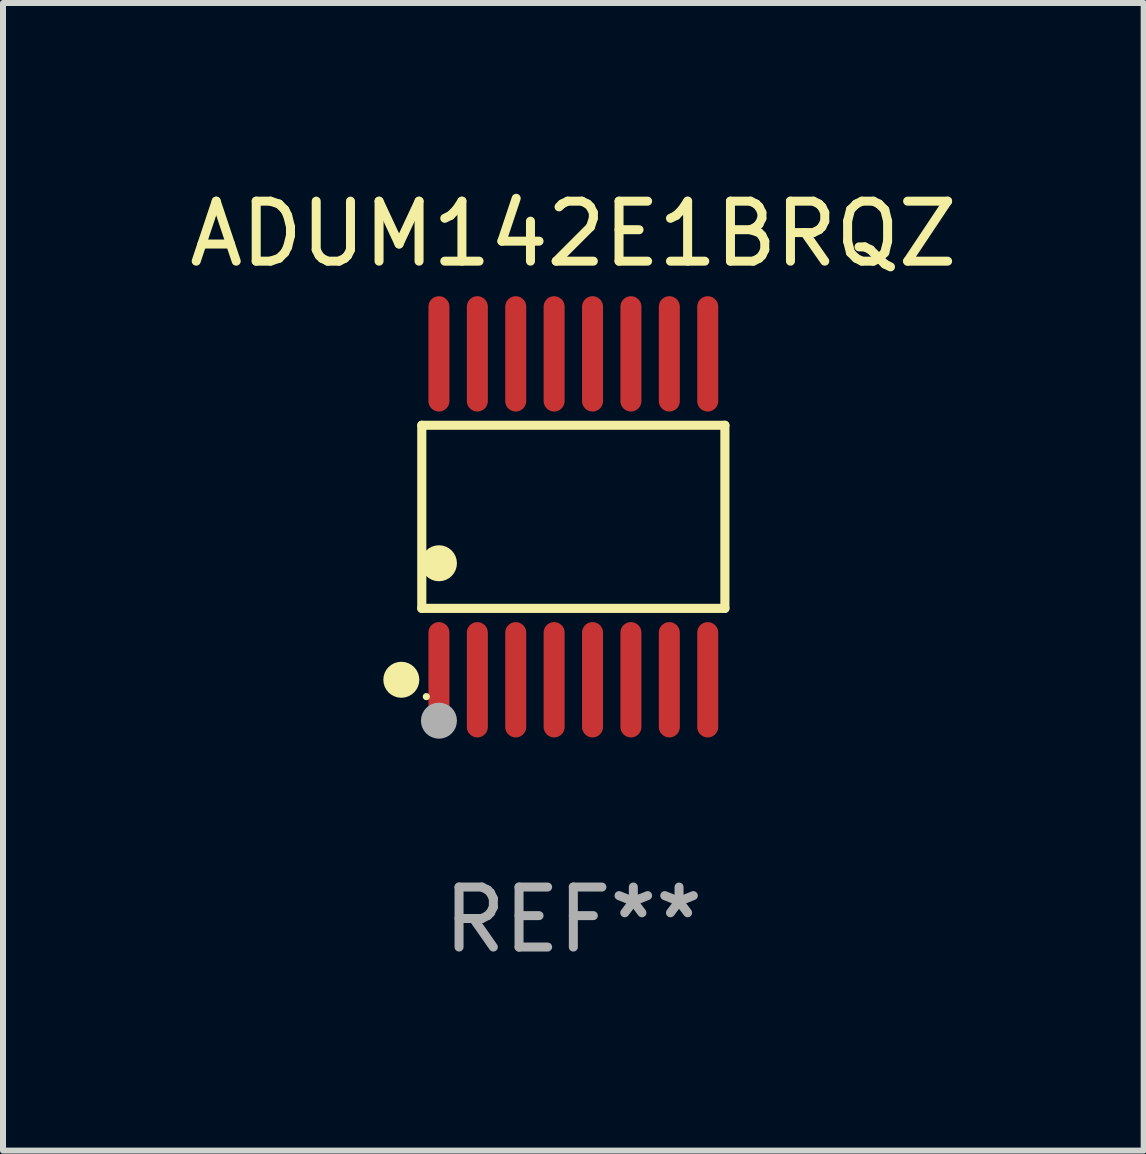
<source format=kicad_pcb>
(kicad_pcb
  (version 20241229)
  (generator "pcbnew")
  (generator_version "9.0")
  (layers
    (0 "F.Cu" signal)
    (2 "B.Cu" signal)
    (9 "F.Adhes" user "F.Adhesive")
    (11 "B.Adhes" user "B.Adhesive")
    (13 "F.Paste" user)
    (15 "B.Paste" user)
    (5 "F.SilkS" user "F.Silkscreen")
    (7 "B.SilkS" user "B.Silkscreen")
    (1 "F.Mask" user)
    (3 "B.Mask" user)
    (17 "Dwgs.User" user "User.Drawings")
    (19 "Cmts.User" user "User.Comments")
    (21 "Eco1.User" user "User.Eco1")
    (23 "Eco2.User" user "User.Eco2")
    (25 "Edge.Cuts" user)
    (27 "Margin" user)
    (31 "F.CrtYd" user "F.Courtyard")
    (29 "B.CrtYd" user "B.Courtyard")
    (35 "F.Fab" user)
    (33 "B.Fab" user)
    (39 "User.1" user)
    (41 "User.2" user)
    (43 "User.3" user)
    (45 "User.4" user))
  (footprint "ADUM142E1BRQZ"
    (layer "F.Cu")
    (at 6.506 5.564)
    (property "Reference" "ADUM142E1BRQZ" (at 0 -4.716 0) (layer "F.SilkS") (effects (font (size 1 1) (thickness 0.15))))
    (attr through_hole)
    (fp_line (start -2.526 -1.526) (end 2.526 -1.526) (stroke (width 0.152) (type solid)) (layer "F.SilkS"))
    (fp_line (start -2.526 1.526) (end -2.526 -1.526) (stroke (width 0.152) (type solid)) (layer "F.SilkS"))
    (fp_line (start 2.526 -1.526) (end 2.526 1.526) (stroke (width 0.152) (type solid)) (layer "F.SilkS"))
    (fp_line (start 2.526 1.526) (end -2.526 1.526) (stroke (width 0.152) (type solid)) (layer "F.SilkS"))
    (fp_circle (center -2.867 2.716) (end -2.717 2.716) (stroke (width 0.3) (type solid)) (fill no) (layer "F.SilkS"))
    (fp_circle (center -2.45 2.997) (end -2.42 2.997) (stroke (width 0.06) (type solid)) (fill no) (layer "F.SilkS"))
    (fp_circle (center -2.24 0.774) (end -2.09 0.774) (stroke (width 0.3) (type solid)) (fill no) (layer "F.SilkS"))
    (fp_circle (center -2.24 3.398) (end -2.09 3.398) (stroke (width 0.3) (type solid)) (fill no) (layer "F.Fab"))
    (fp_text user "REF**" (at 0 6.716 0) (layer "F.Fab") (effects (font (size 1 1) (thickness 0.15))))
    (pad "1" smd oval (at -2.24 2.716) (size 0.35 1.922) (layers "F.Cu" "F.Mask" "F.Paste"))
    (pad "2" smd oval (at -1.6 2.716) (size 0.35 1.922) (layers "F.Cu" "F.Mask" "F.Paste"))
    (pad "3" smd oval (at -0.96 2.716) (size 0.35 1.922) (layers "F.Cu" "F.Mask" "F.Paste"))
    (pad "4" smd oval (at -0.32 2.716) (size 0.35 1.922) (layers "F.Cu" "F.Mask" "F.Paste"))
    (pad "5" smd oval (at 0.32 2.716) (size 0.35 1.922) (layers "F.Cu" "F.Mask" "F.Paste"))
    (pad "6" smd oval (at 0.96 2.716) (size 0.35 1.922) (layers "F.Cu" "F.Mask" "F.Paste"))
    (pad "7" smd oval (at 1.6 2.716) (size 0.35 1.922) (layers "F.Cu" "F.Mask" "F.Paste"))
    (pad "8" smd oval (at 2.24 2.716) (size 0.35 1.922) (layers "F.Cu" "F.Mask" "F.Paste"))
    (pad "9" smd oval (at 2.24 -2.716) (size 0.35 1.922) (layers "F.Cu" "F.Mask" "F.Paste"))
    (pad "10" smd oval (at 1.6 -2.716) (size 0.35 1.922) (layers "F.Cu" "F.Mask" "F.Paste"))
    (pad "11" smd oval (at 0.96 -2.716) (size 0.35 1.922) (layers "F.Cu" "F.Mask" "F.Paste"))
    (pad "12" smd oval (at 0.32 -2.716) (size 0.35 1.922) (layers "F.Cu" "F.Mask" "F.Paste"))
    (pad "13" smd oval (at -0.32 -2.716) (size 0.35 1.922) (layers "F.Cu" "F.Mask" "F.Paste"))
    (pad "14" smd oval (at -0.96 -2.716) (size 0.35 1.922) (layers "F.Cu" "F.Mask" "F.Paste"))
    (pad "15" smd oval (at -1.6 -2.716) (size 0.35 1.922) (layers "F.Cu" "F.Mask" "F.Paste"))
    (pad "16" smd oval (at -2.24 -2.716) (size 0.35 1.922) (layers "F.Cu" "F.Mask" "F.Paste")))
  (gr_rect
    (start -3 -3)
    (end 16.012 16.128)
    (stroke (width 0.1) (type default))
    (fill no)
    (layer "Edge.Cuts")))
</source>
